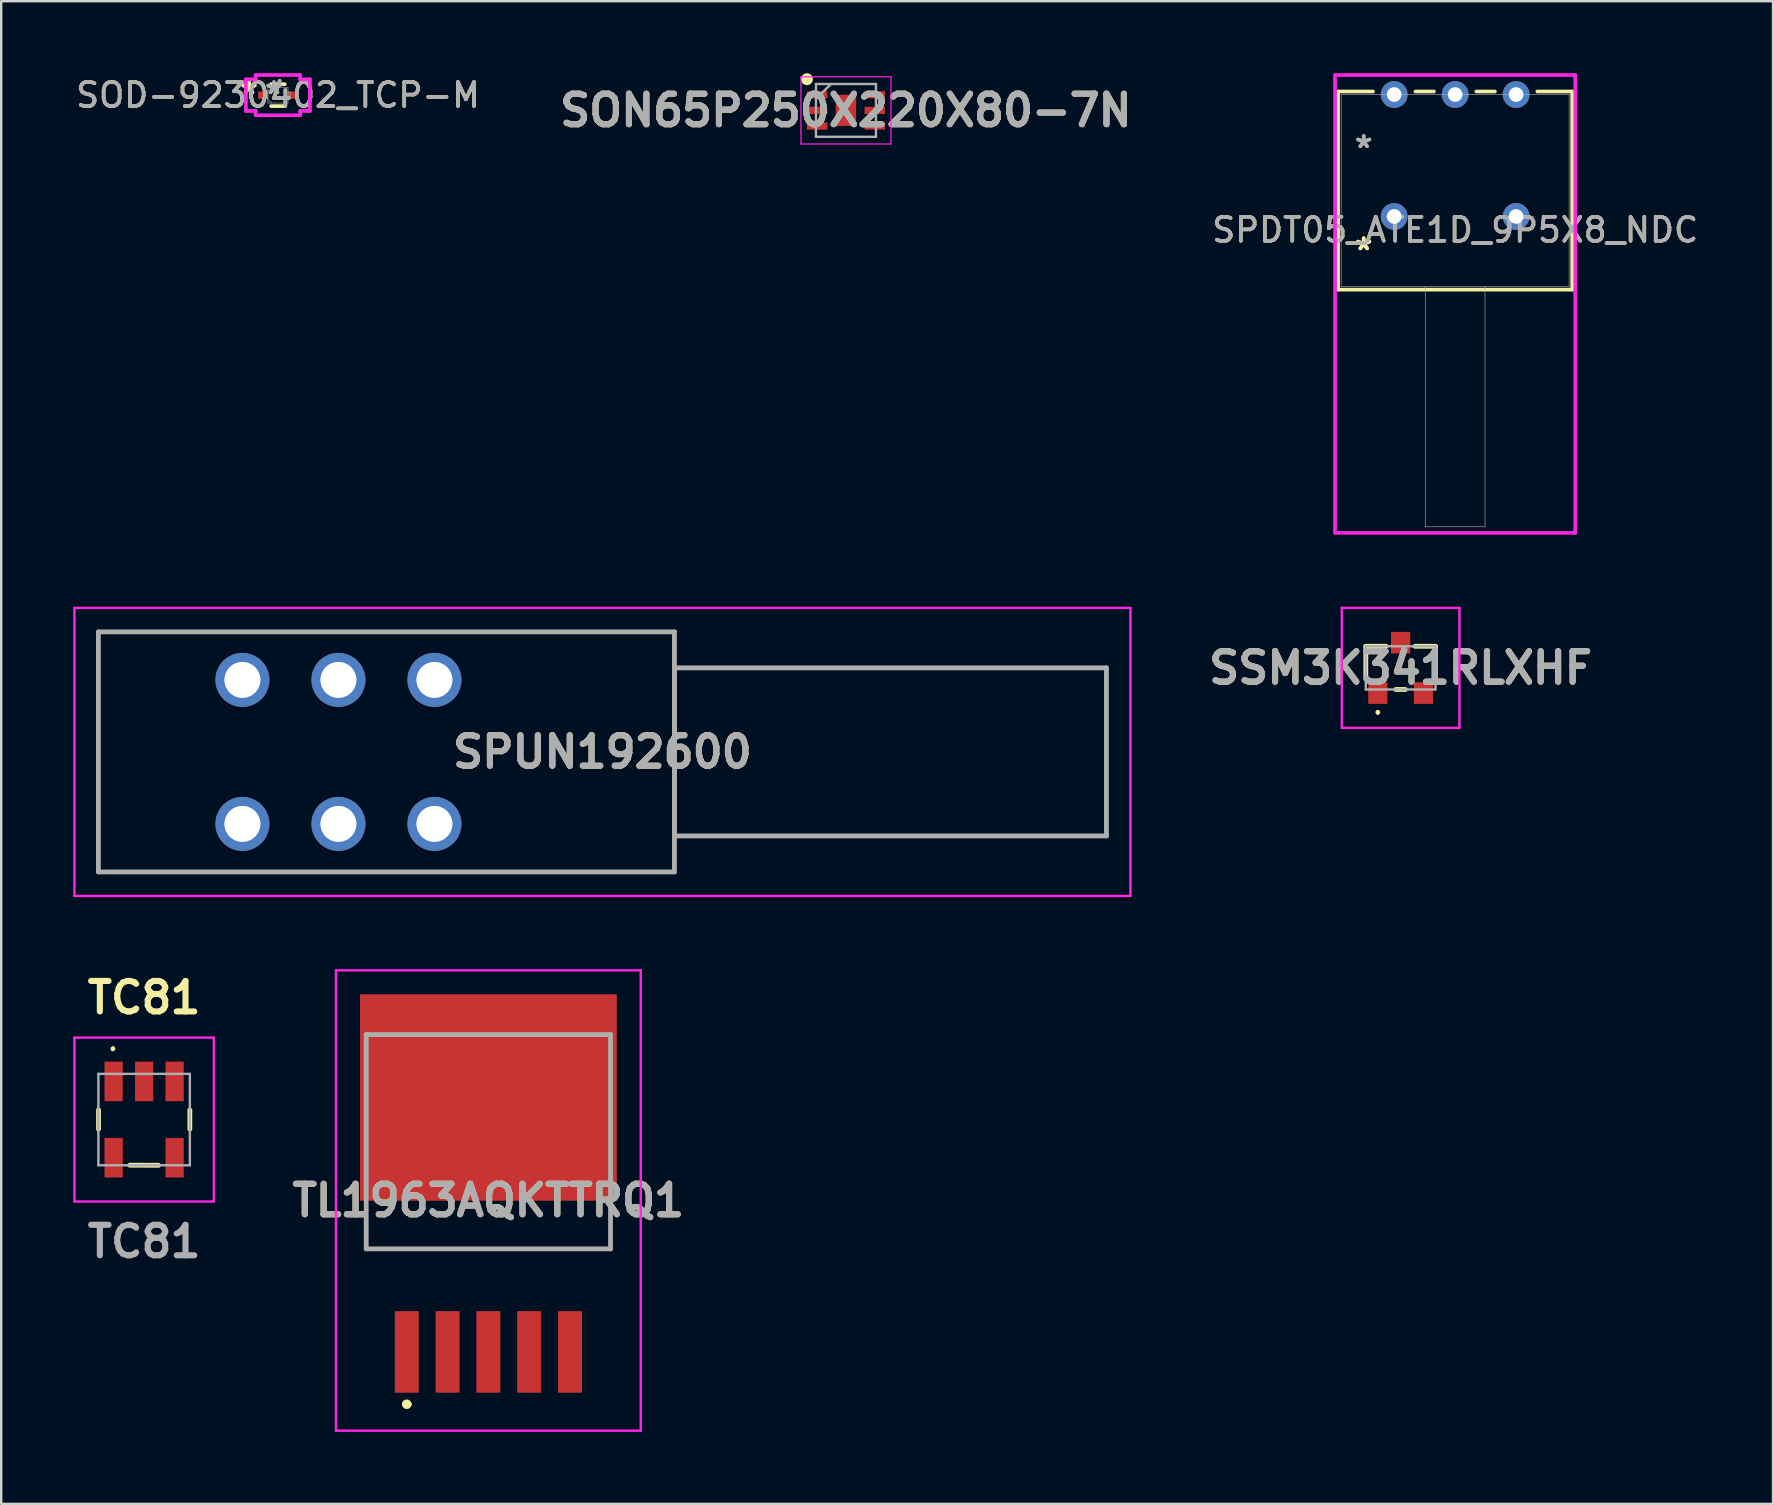
<source format=kicad_pcb>
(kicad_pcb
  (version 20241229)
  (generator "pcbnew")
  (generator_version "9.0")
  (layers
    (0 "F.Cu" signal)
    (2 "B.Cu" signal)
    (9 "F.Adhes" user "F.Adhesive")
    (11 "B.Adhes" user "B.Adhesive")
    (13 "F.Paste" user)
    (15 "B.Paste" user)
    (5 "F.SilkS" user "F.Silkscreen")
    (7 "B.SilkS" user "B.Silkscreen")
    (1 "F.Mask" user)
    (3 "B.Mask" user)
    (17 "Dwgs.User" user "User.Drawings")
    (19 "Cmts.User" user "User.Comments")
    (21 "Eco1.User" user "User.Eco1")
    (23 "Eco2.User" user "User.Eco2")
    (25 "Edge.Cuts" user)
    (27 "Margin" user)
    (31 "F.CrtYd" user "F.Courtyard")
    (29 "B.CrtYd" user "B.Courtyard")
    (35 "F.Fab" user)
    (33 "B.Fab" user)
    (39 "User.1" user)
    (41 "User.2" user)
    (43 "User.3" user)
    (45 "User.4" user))
  (footprint "SSM3K341RLXHF"
    (layer "F.Cu")
    (at 55.307 24.778)
    (property "Reference" "SSM3K341RLXHF" (at 0 0 0) (layer "F.SilkS") (effects (font (size 1.27 1.27) (thickness 0.254))))
    (attr smd)
    (fp_line (start -1.45 -0.9) (end -1.45 0.4) (stroke (width 0.2) (type solid)) (layer "F.SilkS"))
    (fp_line (start -0.95 1.8) (end -0.95 1.8) (stroke (width 0.1) (type solid)) (layer "F.SilkS"))
    (fp_line (start -0.95 1.9) (end -0.95 1.9) (stroke (width 0.1) (type solid)) (layer "F.SilkS"))
    (fp_line (start -0.6 -0.9) (end -1.45 -0.9) (stroke (width 0.2) (type solid)) (layer "F.SilkS"))
    (fp_line (start -0.2 0.9) (end 0.2 0.9) (stroke (width 0.2) (type solid)) (layer "F.SilkS"))
    (fp_line (start 0.6 -0.9) (end 1.45 -0.9) (stroke (width 0.2) (type solid)) (layer "F.SilkS"))
    (fp_line (start 1.45 -0.9) (end 1.45 0.4) (stroke (width 0.2) (type solid)) (layer "F.SilkS"))
    (fp_arc (start -0.95 1.8) (mid -0.9 1.85) (end -0.95 1.9) (stroke (width 0.1) (type solid)) (layer "F.SilkS"))
    (fp_arc (start -0.95 1.9) (mid -1 1.85) (end -0.95 1.8) (stroke (width 0.1) (type solid)) (layer "F.SilkS"))
    (fp_line (start -2.45 -2.5) (end 2.45 -2.5) (stroke (width 0.1) (type solid)) (layer "F.CrtYd"))
    (fp_line (start -2.45 2.5) (end -2.45 -2.5) (stroke (width 0.1) (type solid)) (layer "F.CrtYd"))
    (fp_line (start 2.45 -2.5) (end 2.45 2.5) (stroke (width 0.1) (type solid)) (layer "F.CrtYd"))
    (fp_line (start 2.45 2.5) (end -2.45 2.5) (stroke (width 0.1) (type solid)) (layer "F.CrtYd"))
    (fp_line (start -1.45 -0.9) (end -1.45 0.9) (stroke (width 0.1) (type solid)) (layer "F.Fab"))
    (fp_line (start -1.45 0.9) (end 1.45 0.9) (stroke (width 0.1) (type solid)) (layer "F.Fab"))
    (fp_line (start 1.45 -0.9) (end -1.45 -0.9) (stroke (width 0.1) (type solid)) (layer "F.Fab"))
    (fp_line (start 1.45 0.9) (end 1.45 -0.9) (stroke (width 0.1) (type solid)) (layer "F.Fab"))
    (fp_text user "${REFERENCE}" (at 0 0 0) (layer "F.Fab") (effects (font (size 1.27 1.27) (thickness 0.254))))
    (pad "1" smd rect (at -0.95 1.05) (size 0.8 0.9) (layers "F.Cu" "F.Mask" "F.Paste"))
    (pad "2" smd rect (at 0.95 1.05) (size 0.8 0.9) (layers "F.Cu" "F.Mask" "F.Paste"))
    (pad "3" smd rect (at 0 -1.05) (size 0.8 0.9) (layers "F.Cu" "F.Mask" "F.Paste")))
  (footprint "SON65P250X220X80-7N"
    (layer "F.Cu")
    (at 32.197 1.55)
    (property "Reference" "SON65P250X220X80-7N" (at 0 0 0) (layer "F.SilkS") (effects (font (size 1.27 1.27) (thickness 0.254))))
    (attr smd)
    (fp_circle (center -1.625 -1.3) (end -1.625 -1.175) (stroke (width 0.25) (type solid)) (fill no) (layer "F.SilkS"))
    (fp_line (start -1.875 -1.4) (end 1.875 -1.4) (stroke (width 0.05) (type solid)) (layer "F.CrtYd"))
    (fp_line (start -1.875 1.4) (end -1.875 -1.4) (stroke (width 0.05) (type solid)) (layer "F.CrtYd"))
    (fp_line (start 1.875 -1.4) (end 1.875 1.4) (stroke (width 0.05) (type solid)) (layer "F.CrtYd"))
    (fp_line (start 1.875 1.4) (end -1.875 1.4) (stroke (width 0.05) (type solid)) (layer "F.CrtYd"))
    (fp_line (start -1.25 -1.1) (end 1.25 -1.1) (stroke (width 0.1) (type solid)) (layer "F.Fab"))
    (fp_line (start -1.25 -0.475) (end -0.625 -1.1) (stroke (width 0.1) (type solid)) (layer "F.Fab"))
    (fp_line (start -1.25 1.1) (end -1.25 -1.1) (stroke (width 0.1) (type solid)) (layer "F.Fab"))
    (fp_line (start 1.25 -1.1) (end 1.25 1.1) (stroke (width 0.1) (type solid)) (layer "F.Fab"))
    (fp_line (start 1.25 1.1) (end -1.25 1.1) (stroke (width 0.1) (type solid)) (layer "F.Fab"))
    (fp_text user "${REFERENCE}" (at 0 0 0) (layer "F.Fab") (effects (font (size 1.27 1.27) (thickness 0.254))))
    (pad "1" smd rect (at -1.2 -0.65 90) (size 0.3 0.85) (layers "F.Cu" "F.Mask" "F.Paste"))
    (pad "2" smd rect (at -1.2 0 90) (size 0.3 0.85) (layers "F.Cu" "F.Mask" "F.Paste"))
    (pad "3" smd rect (at -1.2 0.65 90) (size 0.3 0.85) (layers "F.Cu" "F.Mask" "F.Paste"))
    (pad "4" smd rect (at 1.2 0.65 90) (size 0.3 0.85) (layers "F.Cu" "F.Mask" "F.Paste"))
    (pad "5" smd rect (at 1.2 0 90) (size 0.3 0.85) (layers "F.Cu" "F.Mask" "F.Paste"))
    (pad "6" smd rect (at 1.2 -0.65 90) (size 0.3 0.85) (layers "F.Cu" "F.Mask" "F.Paste"))
    (pad "7" smd rect (at 0 0) (size 0.85 1.3) (layers "F.Cu" "F.Mask" "F.Paste")))
  (footprint "SPDT05_ATE1D_9P5X8_NDC"
    (layer "F.Cu")
    (at 55.039 5.969)
    (property "Reference" "SPDT05_ATE1D_9P5X8_NDC" (at 2.54 0.559 0) (unlocked yes) (layer "F.SilkS") (effects (font (size 1 1) (thickness 0.15))))
    (attr through_hole)
    (fp_line (start -2.337 -5.207) (end -2.337 3.048) (stroke (width 0.152) (type solid)) (layer "F.SilkS"))
    (fp_line (start -2.337 3.048) (end 7.417 3.048) (stroke (width 0.152) (type solid)) (layer "F.SilkS"))
    (fp_line (start -0.882 -5.207) (end -2.337 -5.207) (stroke (width 0.152) (type solid)) (layer "F.SilkS"))
    (fp_line (start 1.658 -5.207) (end 0.882 -5.207) (stroke (width 0.152) (type solid)) (layer "F.SilkS"))
    (fp_line (start 4.198 -5.207) (end 3.422 -5.207) (stroke (width 0.152) (type solid)) (layer "F.SilkS"))
    (fp_line (start 7.417 -5.207) (end 5.962 -5.207) (stroke (width 0.152) (type solid)) (layer "F.SilkS"))
    (fp_line (start 7.417 3.048) (end 7.417 -5.207) (stroke (width 0.152) (type solid)) (layer "F.SilkS"))
    (fp_line (start -2.464 -5.893) (end -2.464 13.183) (stroke (width 0.152) (type solid)) (layer "F.CrtYd"))
    (fp_line (start -2.464 13.183) (end 7.544 13.183) (stroke (width 0.152) (type solid)) (layer "F.CrtYd"))
    (fp_line (start 7.544 -5.893) (end -2.464 -5.893) (stroke (width 0.152) (type solid)) (layer "F.CrtYd"))
    (fp_line (start 7.544 13.183) (end 7.544 -5.893) (stroke (width 0.152) (type solid)) (layer "F.CrtYd"))
    (fp_line (start -2.21 -5.08) (end -2.21 2.921) (stroke (width 0.025) (type solid)) (layer "F.Fab"))
    (fp_line (start -2.21 2.921) (end 7.29 2.921) (stroke (width 0.025) (type solid)) (layer "F.Fab"))
    (fp_line (start 1.295 2.921) (end 1.295 12.929) (stroke (width 0.025) (type solid)) (layer "F.Fab"))
    (fp_line (start 1.295 12.929) (end 3.785 12.929) (stroke (width 0.025) (type solid)) (layer "F.Fab"))
    (fp_line (start 3.785 2.921) (end 3.785 12.929) (stroke (width 0.025) (type solid)) (layer "F.Fab"))
    (fp_line (start 7.29 -5.08) (end -2.21 -5.08) (stroke (width 0.025) (type solid)) (layer "F.Fab"))
    (fp_line (start 7.29 2.921) (end 7.29 -5.08) (stroke (width 0.025) (type solid)) (layer "F.Fab"))
    (fp_text user "*" (at -1.27 1.448 0) (unlocked yes) (layer "F.SilkS") (effects (font (size 1 1) (thickness 0.15))))
    (fp_text user "*" (at -1.27 1.448 0) (layer "F.SilkS") (effects (font (size 1 1) (thickness 0.15))))
    (fp_text user "*" (at -1.27 -2.807 0) (layer "F.Fab") (effects (font (size 1 1) (thickness 0.15))))
    (fp_text user "*" (at -1.27 -2.807 0) (unlocked yes) (layer "F.Fab") (effects (font (size 1 1) (thickness 0.15))))
    (fp_text user "${REFERENCE}" (at 2.54 0.559 0) (unlocked yes) (layer "F.Fab") (effects (font (size 1 1) (thickness 0.15))))
    (pad "1" thru_hole circle (at 5.08 -5.08) (size 1.118 1.118) (drill 0.61) (layers "*.Cu" "*.Mask"))
    (pad "2" thru_hole circle (at 2.54 -5.08) (size 1.118 1.118) (drill 0.61) (layers "*.Cu" "*.Mask"))
    (pad "3" thru_hole circle (at 0 -5.08) (size 1.118 1.118) (drill 0.61) (layers "*.Cu" "*.Mask"))
    (pad "4" thru_hole circle (at 0 0) (size 1.118 1.118) (drill 0.61) (layers "*.Cu" "*.Mask"))
    (pad "5" thru_hole circle (at 5.08 0) (size 1.118 1.118) (drill 0.61) (layers "*.Cu" "*.Mask")))
  (footprint "TC81"
    (layer "F.Cu")
    (at 2.955 43.597)
    (property "Reference" "TC81" (at 0 -5.08 0) (layer "F.SilkS") (effects (font (size 1.27 1.27) (thickness 0.254))))
    (attr smd)
    (fp_line (start -1.9 -0.4) (end -1.9 0.4) (stroke (width 0.2) (type solid)) (layer "F.SilkS"))
    (fp_line (start -1.3 -3) (end -1.3 -3) (stroke (width 0.1) (type solid)) (layer "F.SilkS"))
    (fp_line (start -1.3 -2.9) (end -1.3 -2.9) (stroke (width 0.1) (type solid)) (layer "F.SilkS"))
    (fp_line (start -0.6 1.9) (end 0.6 1.905) (stroke (width 0.2) (type solid)) (layer "F.SilkS"))
    (fp_line (start 1.905 -0.4) (end 1.905 0.4) (stroke (width 0.2) (type solid)) (layer "F.SilkS"))
    (fp_arc (start -1.3 -3) (mid -1.25 -2.95) (end -1.3 -2.9) (stroke (width 0.1) (type solid)) (layer "F.SilkS"))
    (fp_arc (start -1.3 -2.9) (mid -1.35 -2.95) (end -1.3 -3) (stroke (width 0.1) (type solid)) (layer "F.SilkS"))
    (fp_line (start -2.905 -3.415) (end 2.905 -3.415) (stroke (width 0.1) (type solid)) (layer "F.CrtYd"))
    (fp_line (start -2.905 3.415) (end -2.905 -3.415) (stroke (width 0.1) (type solid)) (layer "F.CrtYd"))
    (fp_line (start 2.905 -3.415) (end 2.905 3.415) (stroke (width 0.1) (type solid)) (layer "F.CrtYd"))
    (fp_line (start 2.905 3.415) (end -2.905 3.415) (stroke (width 0.1) (type solid)) (layer "F.CrtYd"))
    (fp_line (start -1.905 -1.905) (end 1.905 -1.905) (stroke (width 0.1) (type solid)) (layer "F.Fab"))
    (fp_line (start -1.905 1.905) (end -1.905 -1.905) (stroke (width 0.1) (type solid)) (layer "F.Fab"))
    (fp_line (start 1.905 -1.905) (end 1.905 1.905) (stroke (width 0.1) (type solid)) (layer "F.Fab"))
    (fp_line (start 1.905 1.905) (end -1.905 1.905) (stroke (width 0.1) (type solid)) (layer "F.Fab"))
    (fp_text user "${REFERENCE}" (at 0 5.08 0) (layer "F.Fab") (effects (font (size 1.27 1.27) (thickness 0.254))))
    (pad "1" smd rect (at -1.27 -1.59) (size 0.76 1.65) (layers "F.Cu" "F.Mask" "F.Paste"))
    (pad "2" smd rect (at 0 -1.59) (size 0.76 1.65) (layers "F.Cu" "F.Mask" "F.Paste"))
    (pad "3" smd rect (at 1.27 -1.59) (size 0.76 1.65) (layers "F.Cu" "F.Mask" "F.Paste"))
    (pad "4" smd rect (at 1.27 1.59) (size 0.76 1.65) (layers "F.Cu" "F.Mask" "F.Paste"))
    (pad "6" smd rect (at -1.27 1.59) (size 0.76 1.65) (layers "F.Cu" "F.Mask" "F.Paste")))
  (footprint "TL1963AQKTTRQ1"
    (layer "F.Cu")
    (at 17.298 47.808)
    (property "Reference" "TL1963AQKTTRQ1" (at 0 -0.84 0) (layer "F.SilkS") (effects (font (size 1.27 1.27) (thickness 0.254))))
    (attr smd)
    (fp_line (start -5.09 -0.25) (end -5.09 1.175) (stroke (width 0.1) (type solid)) (layer "F.SilkS"))
    (fp_line (start -5.09 1.175) (end 5.09 1.175) (stroke (width 0.1) (type solid)) (layer "F.SilkS"))
    (fp_line (start -3.5 7.65) (end -3.5 7.65) (stroke (width 0.2) (type solid)) (layer "F.SilkS"))
    (fp_line (start -3.3 7.65) (end -3.3 7.65) (stroke (width 0.2) (type solid)) (layer "F.SilkS"))
    (fp_line (start 5.09 1.175) (end 5.09 -0.25) (stroke (width 0.1) (type solid)) (layer "F.SilkS"))
    (fp_arc (start -3.5 7.65) (mid -3.4 7.55) (end -3.3 7.65) (stroke (width 0.2) (type solid)) (layer "F.SilkS"))
    (fp_arc (start -3.3 7.65) (mid -3.4 7.75) (end -3.5 7.65) (stroke (width 0.2) (type solid)) (layer "F.SilkS"))
    (fp_line (start -6.35 -10.43) (end 6.35 -10.43) (stroke (width 0.1) (type solid)) (layer "F.CrtYd"))
    (fp_line (start -6.35 8.75) (end -6.35 -10.43) (stroke (width 0.1) (type solid)) (layer "F.CrtYd"))
    (fp_line (start 6.35 -10.43) (end 6.35 8.75) (stroke (width 0.1) (type solid)) (layer "F.CrtYd"))
    (fp_line (start 6.35 8.75) (end -6.35 8.75) (stroke (width 0.1) (type solid)) (layer "F.CrtYd"))
    (fp_line (start -5.09 -7.75) (end 5.09 -7.75) (stroke (width 0.2) (type solid)) (layer "F.Fab"))
    (fp_line (start -5.09 1.175) (end -5.09 -7.75) (stroke (width 0.2) (type solid)) (layer "F.Fab"))
    (fp_line (start 5.09 -7.75) (end 5.09 1.175) (stroke (width 0.2) (type solid)) (layer "F.Fab"))
    (fp_line (start 5.09 1.175) (end -5.09 1.175) (stroke (width 0.2) (type solid)) (layer "F.Fab"))
    (fp_text user "${REFERENCE}" (at 0 -0.84 0) (layer "F.Fab") (effects (font (size 1.27 1.27) (thickness 0.254))))
    (pad "1" smd rect (at -3.4 5.47) (size 1 3.4) (layers "F.Cu" "F.Mask" "F.Paste"))
    (pad "2" smd rect (at -1.7 5.47) (size 1 3.4) (layers "F.Cu" "F.Mask" "F.Paste"))
    (pad "3" smd rect (at 0 5.47) (size 1 3.4) (layers "F.Cu" "F.Mask" "F.Paste"))
    (pad "4" smd rect (at 1.7 5.47) (size 1 3.4) (layers "F.Cu" "F.Mask" "F.Paste"))
    (pad "5" smd rect (at 3.4 5.47) (size 1 3.4) (layers "F.Cu" "F.Mask" "F.Paste"))
    (pad "6" smd rect (at 0 -5.13 90) (size 8.6 10.7) (layers "F.Cu" "F.Mask" "F.Paste")))
  (footprint "SPUN192600"
    (layer "F.Cu")
    (at 22.05 28.278)
    (property "Reference" "SPUN192600" (at 0 0 0) (layer "F.SilkS") (effects (font (size 1.27 1.27) (thickness 0.254))))
    (attr through_hole)
    (fp_line (start -21 -5) (end 3 -5) (stroke (width 0.1) (type solid)) (layer "F.SilkS"))
    (fp_line (start -21 5) (end -21 -5) (stroke (width 0.1) (type solid)) (layer "F.SilkS"))
    (fp_line (start 3 -5) (end 3 5) (stroke (width 0.1) (type solid)) (layer "F.SilkS"))
    (fp_line (start 3 -3.5) (end 21 -3.5) (stroke (width 0.1) (type solid)) (layer "F.SilkS"))
    (fp_line (start 3 3.5) (end 3 -3.5) (stroke (width 0.1) (type solid)) (layer "F.SilkS"))
    (fp_line (start 3 5) (end -21 5) (stroke (width 0.1) (type solid)) (layer "F.SilkS"))
    (fp_line (start 21 -3.5) (end 21 3.5) (stroke (width 0.1) (type solid)) (layer "F.SilkS"))
    (fp_line (start 21 3.5) (end 3 3.5) (stroke (width 0.1) (type solid)) (layer "F.SilkS"))
    (fp_line (start -22 -6) (end 22 -6) (stroke (width 0.1) (type solid)) (layer "F.CrtYd"))
    (fp_line (start -22 6) (end -22 -6) (stroke (width 0.1) (type solid)) (layer "F.CrtYd"))
    (fp_line (start 22 -6) (end 22 6) (stroke (width 0.1) (type solid)) (layer "F.CrtYd"))
    (fp_line (start 22 6) (end -22 6) (stroke (width 0.1) (type solid)) (layer "F.CrtYd"))
    (fp_line (start -21 -5) (end 3 -5) (stroke (width 0.2) (type solid)) (layer "F.Fab"))
    (fp_line (start -21 5) (end -21 -5) (stroke (width 0.2) (type solid)) (layer "F.Fab"))
    (fp_line (start 3 -5) (end 3 5) (stroke (width 0.2) (type solid)) (layer "F.Fab"))
    (fp_line (start 3 -3.5) (end 21 -3.5) (stroke (width 0.2) (type solid)) (layer "F.Fab"))
    (fp_line (start 3 3.5) (end 3 -3.5) (stroke (width 0.2) (type solid)) (layer "F.Fab"))
    (fp_line (start 3 5) (end -21 5) (stroke (width 0.2) (type solid)) (layer "F.Fab"))
    (fp_line (start 21 -3.5) (end 21 3.5) (stroke (width 0.2) (type solid)) (layer "F.Fab"))
    (fp_line (start 21 3.5) (end 3 3.5) (stroke (width 0.2) (type solid)) (layer "F.Fab"))
    (fp_text user "${REFERENCE}" (at 0 0 0) (layer "F.Fab") (effects (font (size 1.27 1.27) (thickness 0.254))))
    (pad "1" thru_hole circle (at -15 3) (size 2.25 2.25) (drill 1.5) (layers "*.Cu" "*.Mask"))
    (pad "2" thru_hole circle (at -11 3) (size 2.25 2.25) (drill 1.5) (layers "*.Cu" "*.Mask"))
    (pad "3" thru_hole circle (at -7 3) (size 2.25 2.25) (drill 1.5) (layers "*.Cu" "*.Mask"))
    (pad "4" thru_hole circle (at -15 -3) (size 2.25 2.25) (drill 1.5) (layers "*.Cu" "*.Mask"))
    (pad "5" thru_hole circle (at -11 -3) (size 2.25 2.25) (drill 1.5) (layers "*.Cu" "*.Mask"))
    (pad "6" thru_hole circle (at -7 -3) (size 2.25 2.25) (drill 1.5) (layers "*.Cu" "*.Mask")))
  (footprint "SOD-9230402_TCP-M"
    (layer "F.Cu")
    (at 8.53 0.914)
    (property "Reference" "SOD-9230402_TCP-M" (at 0 0 0) (unlocked yes) (layer "F.SilkS") (effects (font (size 1 1) (thickness 0.15))))
    (attr smd)
    (fp_line (start -0.286 0.457) (end 0.286 0.457) (stroke (width 0.152) (type solid)) (layer "F.SilkS"))
    (fp_line (start 0.286 -0.457) (end -0.286 -0.457) (stroke (width 0.152) (type solid)) (layer "F.SilkS"))
    (fp_line (start -1.333 -0.66) (end -0.927 -0.66) (stroke (width 0.152) (type solid)) (layer "F.CrtYd"))
    (fp_line (start -1.333 0.66) (end -1.333 -0.66) (stroke (width 0.152) (type solid)) (layer "F.CrtYd"))
    (fp_line (start -0.927 -0.838) (end 0.927 -0.838) (stroke (width 0.152) (type solid)) (layer "F.CrtYd"))
    (fp_line (start -0.927 -0.66) (end -0.927 -0.838) (stroke (width 0.152) (type solid)) (layer "F.CrtYd"))
    (fp_line (start -0.927 0.66) (end -1.333 0.66) (stroke (width 0.152) (type solid)) (layer "F.CrtYd"))
    (fp_line (start -0.927 0.838) (end -0.927 0.66) (stroke (width 0.152) (type solid)) (layer "F.CrtYd"))
    (fp_line (start 0.927 -0.838) (end 0.927 -0.66) (stroke (width 0.152) (type solid)) (layer "F.CrtYd"))
    (fp_line (start 0.927 -0.66) (end 1.333 -0.66) (stroke (width 0.152) (type solid)) (layer "F.CrtYd"))
    (fp_line (start 0.927 0.66) (end 0.927 0.838) (stroke (width 0.152) (type solid)) (layer "F.CrtYd"))
    (fp_line (start 0.927 0.838) (end -0.927 0.838) (stroke (width 0.152) (type solid)) (layer "F.CrtYd"))
    (fp_line (start 1.333 -0.66) (end 1.333 0.66) (stroke (width 0.152) (type solid)) (layer "F.CrtYd"))
    (fp_line (start 1.333 0.66) (end 0.927 0.66) (stroke (width 0.152) (type solid)) (layer "F.CrtYd"))
    (fp_line (start -0.521 -0.127) (end -0.521 0.127) (stroke (width 0.025) (type solid)) (layer "F.Fab"))
    (fp_line (start -0.521 0.127) (end -0.419 0.127) (stroke (width 0.025) (type solid)) (layer "F.Fab"))
    (fp_line (start -0.419 -0.33) (end -0.419 0.33) (stroke (width 0.025) (type solid)) (layer "F.Fab"))
    (fp_line (start -0.419 -0.165) (end -0.254 -0.33) (stroke (width 0.025) (type solid)) (layer "F.Fab"))
    (fp_line (start -0.419 -0.127) (end -0.521 -0.127) (stroke (width 0.025) (type solid)) (layer "F.Fab"))
    (fp_line (start -0.419 0.127) (end -0.419 -0.127) (stroke (width 0.025) (type solid)) (layer "F.Fab"))
    (fp_line (start -0.419 0.165) (end -0.254 0.33) (stroke (width 0.025) (type solid)) (layer "F.Fab"))
    (fp_line (start -0.419 0.33) (end 0.419 0.33) (stroke (width 0.025) (type solid)) (layer "F.Fab"))
    (fp_line (start 0.419 -0.33) (end -0.419 -0.33) (stroke (width 0.025) (type solid)) (layer "F.Fab"))
    (fp_line (start 0.419 -0.127) (end 0.419 0.127) (stroke (width 0.025) (type solid)) (layer "F.Fab"))
    (fp_line (start 0.419 0.127) (end 0.521 0.127) (stroke (width 0.025) (type solid)) (layer "F.Fab"))
    (fp_line (start 0.419 0.33) (end 0.419 -0.33) (stroke (width 0.025) (type solid)) (layer "F.Fab"))
    (fp_line (start 0.521 -0.127) (end 0.419 -0.127) (stroke (width 0.025) (type solid)) (layer "F.Fab"))
    (fp_line (start 0.521 0.127) (end 0.521 -0.127) (stroke (width 0.025) (type solid)) (layer "F.Fab"))
    (fp_text user "*" (at -1.206 0 0) (unlocked yes) (layer "F.SilkS") (effects (font (size 1 1) (thickness 0.15))))
    (fp_text user "*" (at -1.206 0 0) (layer "F.SilkS") (effects (font (size 1 1) (thickness 0.15))))
    (fp_text user "*" (at -0.165 0 0) (layer "F.Fab") (effects (font (size 1 1) (thickness 0.15))))
    (fp_text user "${REFERENCE}" (at 0 0 0) (unlocked yes) (layer "F.Fab") (effects (font (size 1 1) (thickness 0.15))))
    (fp_text user "*" (at -0.165 0 0) (unlocked yes) (layer "F.Fab") (effects (font (size 1 1) (thickness 0.15))))
    (pad "1" smd rect (at -0.622 0) (size 0.406 0.305) (layers "F.Cu" "F.Mask" "F.Paste"))
    (pad "2" smd rect (at 0.622 0) (size 0.406 0.305) (layers "F.Cu" "F.Mask" "F.Paste"))
    (zone (net_name "") (layer "F.Cu") (hatch full 0.508) (connect_pads) (min_thickness 0.254) (filled_areas_thickness no) (keepout (tracks not_allowed) (vias not_allowed) (pads allowed) (copperpour not_allowed) (footprints allowed)) (placement (enabled no)) (fill) (polygon (pts (xy 8.161 0.635) (xy 8.898 0.635) (xy 8.898 1.194) (xy 8.161 1.194)))))
  (gr_rect
    (start -3 -3)
    (end 70.823 59.608)
    (stroke (width 0.1) (type default))
    (fill no)
    (layer "Edge.Cuts")))
</source>
